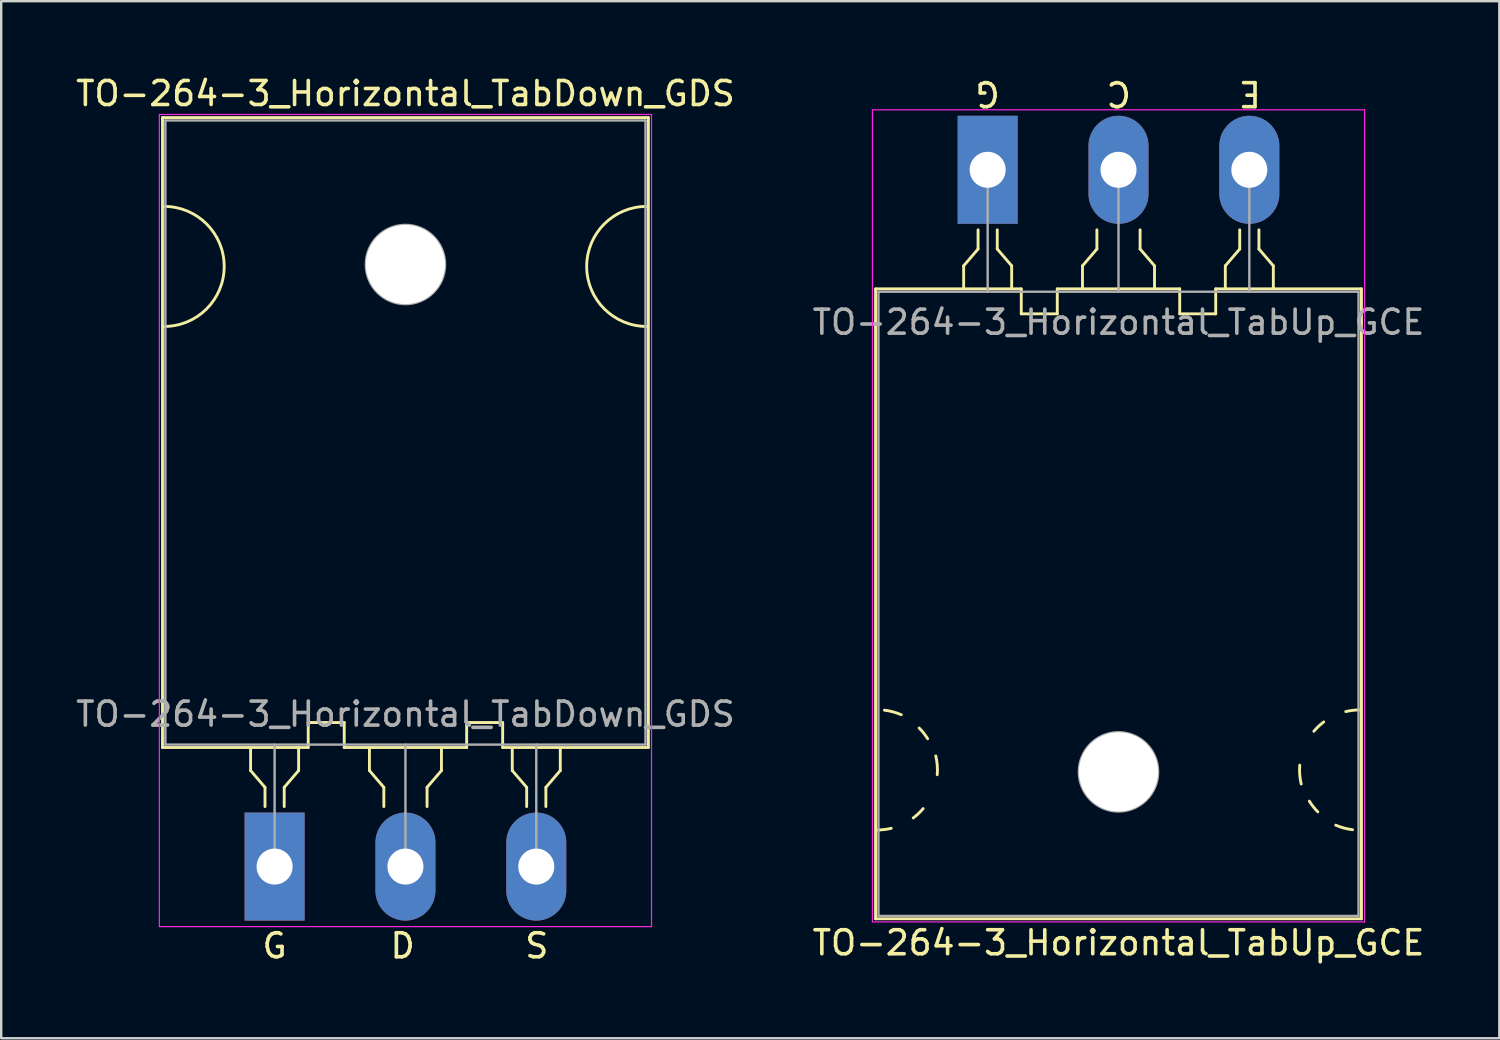
<source format=kicad_pcb>
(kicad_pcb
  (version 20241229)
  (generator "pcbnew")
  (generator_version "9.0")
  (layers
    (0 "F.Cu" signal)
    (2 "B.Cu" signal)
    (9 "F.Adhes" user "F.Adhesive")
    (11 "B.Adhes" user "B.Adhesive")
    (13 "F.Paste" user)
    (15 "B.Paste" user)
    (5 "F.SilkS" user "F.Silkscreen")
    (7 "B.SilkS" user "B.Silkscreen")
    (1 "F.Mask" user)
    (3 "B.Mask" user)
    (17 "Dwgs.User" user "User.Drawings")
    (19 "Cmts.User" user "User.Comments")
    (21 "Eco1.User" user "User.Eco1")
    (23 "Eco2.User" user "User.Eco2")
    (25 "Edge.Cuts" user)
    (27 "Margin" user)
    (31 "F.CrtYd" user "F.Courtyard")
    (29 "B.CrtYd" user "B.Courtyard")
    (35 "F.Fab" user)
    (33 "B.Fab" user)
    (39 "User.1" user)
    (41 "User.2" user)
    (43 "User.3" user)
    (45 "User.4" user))
  (footprint "TO-264-3_Horizontal_TabUp_GCE"
    (layer "F.Cu")
    (at 38.092 4.023)
    (property "Reference" "TO-264-3_Horizontal_TabUp_GCE" (at 5.45 32.2 0) (layer "F.SilkS") (effects (font (size 1 1) (thickness 0.15))))
    (fp_line (start -4.67 31.2) (end -4.67 4.96) (stroke (width 0.12) (type solid)) (layer "F.SilkS"))
    (fp_line (start -1 4) (end -1 4.9) (stroke (width 0.12) (type solid)) (layer "F.SilkS"))
    (fp_line (start -0.4 2.5) (end -0.4 3.3) (stroke (width 0.12) (type solid)) (layer "F.SilkS"))
    (fp_line (start -0.4 3.3) (end -1 4) (stroke (width 0.12) (type solid)) (layer "F.SilkS"))
    (fp_line (start 0.4 3.3) (end 0.4 2.5) (stroke (width 0.12) (type solid)) (layer "F.SilkS"))
    (fp_line (start 1 4) (end 0.4 3.3) (stroke (width 0.12) (type solid)) (layer "F.SilkS"))
    (fp_line (start 1 4.9) (end 1 4) (stroke (width 0.12) (type solid)) (layer "F.SilkS"))
    (fp_line (start 1.4 4.96) (end -4.67 4.96) (stroke (width 0.12) (type solid)) (layer "F.SilkS"))
    (fp_line (start 1.4 4.96) (end 1.4 6) (stroke (width 0.12) (type solid)) (layer "F.SilkS"))
    (fp_line (start 1.4 6) (end 2.9 6) (stroke (width 0.12) (type solid)) (layer "F.SilkS"))
    (fp_line (start 2.9 6) (end 2.9 4.96) (stroke (width 0.12) (type solid)) (layer "F.SilkS"))
    (fp_line (start 3.95 4) (end 3.95 4.9) (stroke (width 0.12) (type solid)) (layer "F.SilkS"))
    (fp_line (start 4.55 2.5) (end 4.55 3.3) (stroke (width 0.12) (type solid)) (layer "F.SilkS"))
    (fp_line (start 4.55 3.3) (end 3.95 4) (stroke (width 0.12) (type solid)) (layer "F.SilkS"))
    (fp_line (start 6.35 3.3) (end 6.35 2.5) (stroke (width 0.12) (type solid)) (layer "F.SilkS"))
    (fp_line (start 6.95 4) (end 6.35 3.3) (stroke (width 0.12) (type solid)) (layer "F.SilkS"))
    (fp_line (start 6.95 4.9) (end 6.95 4) (stroke (width 0.12) (type solid)) (layer "F.SilkS"))
    (fp_line (start 8 4.96) (end 2.9 4.96) (stroke (width 0.12) (type solid)) (layer "F.SilkS"))
    (fp_line (start 8 6) (end 8 4.96) (stroke (width 0.12) (type solid)) (layer "F.SilkS"))
    (fp_line (start 9.5 4.96) (end 9.5 6) (stroke (width 0.12) (type solid)) (layer "F.SilkS"))
    (fp_line (start 9.5 6) (end 8 6) (stroke (width 0.12) (type solid)) (layer "F.SilkS"))
    (fp_line (start 9.9 4) (end 9.9 4.9) (stroke (width 0.12) (type solid)) (layer "F.SilkS"))
    (fp_line (start 10.5 2.5) (end 10.5 3.3) (stroke (width 0.12) (type solid)) (layer "F.SilkS"))
    (fp_line (start 10.5 3.3) (end 9.9 4) (stroke (width 0.12) (type solid)) (layer "F.SilkS"))
    (fp_line (start 11.3 3.3) (end 11.3 2.5) (stroke (width 0.12) (type solid)) (layer "F.SilkS"))
    (fp_line (start 11.9 4) (end 11.3 3.3) (stroke (width 0.12) (type solid)) (layer "F.SilkS"))
    (fp_line (start 11.9 4.9) (end 11.9 4) (stroke (width 0.12) (type solid)) (layer "F.SilkS"))
    (fp_line (start 15.57 4.96) (end 9.5 4.96) (stroke (width 0.12) (type solid)) (layer "F.SilkS"))
    (fp_line (start 15.57 31.2) (end -4.67 31.2) (stroke (width 0.12) (type solid)) (layer "F.SilkS"))
    (fp_line (start 15.57 31.2) (end 15.57 4.96) (stroke (width 0.12) (type solid)) (layer "F.SilkS"))
    (fp_arc (start -4.301186 22.509879) (mid -3.943673 22.579416) (end -3.600001 22.700001) (stroke (width 0.12) (type solid)) (layer "F.SilkS"))
    (fp_arc (start -4.016568 27.430968) (mid -4.306249 27.482682) (end -4.6 27.5) (stroke (width 0.12) (type solid)) (layer "F.SilkS"))
    (fp_arc (start -2.853576 23.253576) (mid -2.663879 23.466564) (end -2.500001 23.700001) (stroke (width 0.12) (type solid)) (layer "F.SilkS"))
    (fp_arc (start -2.687722 26.610338) (mid -2.882773 26.8169) (end -3.1 26.999999) (stroke (width 0.12) (type solid)) (layer "F.SilkS"))
    (fp_arc (start -2.161266 24.414703) (mid -2.099611 24.804931) (end -2.100001 25.199999) (stroke (width 0.12) (type solid)) (layer "F.SilkS"))
    (fp_arc (start 13.061266 25.585297) (mid 12.999611 25.195069) (end 13.000001 24.800001) (stroke (width 0.12) (type solid)) (layer "F.SilkS"))
    (fp_arc (start 13.587722 23.389662) (mid 13.782773 23.1831) (end 14 23.000001) (stroke (width 0.12) (type solid)) (layer "F.SilkS"))
    (fp_arc (start 13.753576 26.746424) (mid 13.563879 26.533436) (end 13.400001 26.299999) (stroke (width 0.12) (type solid)) (layer "F.SilkS"))
    (fp_arc (start 14.916568 22.569032) (mid 15.206249 22.517318) (end 15.5 22.5) (stroke (width 0.12) (type solid)) (layer "F.SilkS"))
    (fp_arc (start 15.201186 27.490121) (mid 14.843673 27.420584) (end 14.500001 27.299999) (stroke (width 0.12) (type solid)) (layer "F.SilkS"))
    (fp_line (start -4.8 -2.5) (end -4.8 31.33) (stroke (width 0.05) (type solid)) (layer "F.CrtYd"))
    (fp_line (start -4.8 31.33) (end 15.7 31.33) (stroke (width 0.05) (type solid)) (layer "F.CrtYd"))
    (fp_line (start 15.7 -2.5) (end -4.8 -2.5) (stroke (width 0.05) (type solid)) (layer "F.CrtYd"))
    (fp_line (start 15.7 31.33) (end 15.7 -2.5) (stroke (width 0.05) (type solid)) (layer "F.CrtYd"))
    (fp_line (start -4.55 5.08) (end -4.55 31.08) (stroke (width 0.1) (type solid)) (layer "F.Fab"))
    (fp_line (start -4.55 31.08) (end 15.45 31.08) (stroke (width 0.1) (type solid)) (layer "F.Fab"))
    (fp_line (start 0 5.08) (end 0 0) (stroke (width 0.1) (type solid)) (layer "F.Fab"))
    (fp_line (start 5.45 5.08) (end 5.45 0) (stroke (width 0.1) (type solid)) (layer "F.Fab"))
    (fp_line (start 10.9 5.08) (end 10.9 0) (stroke (width 0.1) (type solid)) (layer "F.Fab"))
    (fp_line (start 15.45 5.08) (end -4.55 5.08) (stroke (width 0.1) (type solid)) (layer "F.Fab"))
    (fp_line (start 15.45 31.08) (end 15.45 5.08) (stroke (width 0.1) (type solid)) (layer "F.Fab"))
    (fp_circle (center 5.45 25.08) (end 7.1 25.08) (stroke (width 0.1) (type solid)) (fill no) (layer "F.Fab"))
    (fp_text user "G" (at 0 -3.175 180) (unlocked yes) (layer "F.SilkS") (effects (font (size 1 1) (thickness 0.15))))
    (fp_text user "C" (at 5.461 -3.175 180) (unlocked yes) (layer "F.SilkS") (effects (font (size 1 1) (thickness 0.15))))
    (fp_text user "E" (at 10.922 -3.175 180) (unlocked yes) (layer "F.SilkS") (effects (font (size 1 1) (thickness 0.15))))
    (fp_text user "${REFERENCE}" (at 5.45 6.35 0) (layer "F.Fab") (effects (font (size 1 1) (thickness 0.15))))
    (pad "" np_thru_hole oval (at 5.45 25.08) (size 3.3 3.3) (drill 3.3) (layers "*.Cu" "*.Mask"))
    (pad "1" thru_hole rect (at 0 0) (size 2.5 4.5) (drill 1.5) (layers "*.Cu" "*.Mask"))
    (pad "2" thru_hole oval (at 5.45 0) (size 2.5 4.5) (drill 1.5) (layers "*.Cu" "*.Mask"))
    (pad "3" thru_hole oval (at 10.9 0) (size 2.5 4.5) (drill 1.5) (layers "*.Cu" "*.Mask")))
  (footprint "TO-264-3_Horizontal_TabDown_GDS"
    (layer "F.Cu")
    (at 8.389 33.048)
    (property "Reference" "TO-264-3_Horizontal_TabDown_GDS" (at 5.45 -32.2 0) (layer "F.SilkS") (effects (font (size 1 1) (thickness 0.15))))
    (fp_line (start -4.67 -31.2) (end -4.67 -4.96) (stroke (width 0.12) (type solid)) (layer "F.SilkS"))
    (fp_line (start -4.67 -31.2) (end 15.57 -31.2) (stroke (width 0.12) (type solid)) (layer "F.SilkS"))
    (fp_line (start -4.67 -4.96) (end 1.4 -4.96) (stroke (width 0.12) (type solid)) (layer "F.SilkS"))
    (fp_line (start -1 -4.9) (end -1 -4) (stroke (width 0.12) (type solid)) (layer "F.SilkS"))
    (fp_line (start -1 -4) (end -0.4 -3.3) (stroke (width 0.12) (type solid)) (layer "F.SilkS"))
    (fp_line (start -0.4 -3.3) (end -0.4 -2.5) (stroke (width 0.12) (type solid)) (layer "F.SilkS"))
    (fp_line (start 0.4 -3.3) (end 1 -4) (stroke (width 0.12) (type solid)) (layer "F.SilkS"))
    (fp_line (start 0.4 -2.5) (end 0.4 -3.3) (stroke (width 0.12) (type solid)) (layer "F.SilkS"))
    (fp_line (start 1 -4) (end 1 -4.9) (stroke (width 0.12) (type solid)) (layer "F.SilkS"))
    (fp_line (start 1.4 -6) (end 2.9 -6) (stroke (width 0.12) (type solid)) (layer "F.SilkS"))
    (fp_line (start 1.4 -4.96) (end 1.4 -6) (stroke (width 0.12) (type solid)) (layer "F.SilkS"))
    (fp_line (start 2.9 -6) (end 2.9 -4.96) (stroke (width 0.12) (type solid)) (layer "F.SilkS"))
    (fp_line (start 2.9 -4.96) (end 8 -4.96) (stroke (width 0.12) (type solid)) (layer "F.SilkS"))
    (fp_line (start 3.95 -4.9) (end 3.95 -4) (stroke (width 0.12) (type solid)) (layer "F.SilkS"))
    (fp_line (start 3.95 -4) (end 4.55 -3.3) (stroke (width 0.12) (type solid)) (layer "F.SilkS"))
    (fp_line (start 4.55 -3.3) (end 4.55 -2.5) (stroke (width 0.12) (type solid)) (layer "F.SilkS"))
    (fp_line (start 6.35 -3.3) (end 6.95 -4) (stroke (width 0.12) (type solid)) (layer "F.SilkS"))
    (fp_line (start 6.35 -2.5) (end 6.35 -3.3) (stroke (width 0.12) (type solid)) (layer "F.SilkS"))
    (fp_line (start 6.95 -4) (end 6.95 -4.9) (stroke (width 0.12) (type solid)) (layer "F.SilkS"))
    (fp_line (start 8 -6) (end 8 -4.96) (stroke (width 0.12) (type solid)) (layer "F.SilkS"))
    (fp_line (start 9.5 -6) (end 8 -6) (stroke (width 0.12) (type solid)) (layer "F.SilkS"))
    (fp_line (start 9.5 -4.96) (end 9.5 -6) (stroke (width 0.12) (type solid)) (layer "F.SilkS"))
    (fp_line (start 9.5 -4.96) (end 15.57 -4.96) (stroke (width 0.12) (type solid)) (layer "F.SilkS"))
    (fp_line (start 9.9 -4.9) (end 9.9 -4) (stroke (width 0.12) (type solid)) (layer "F.SilkS"))
    (fp_line (start 9.9 -4) (end 10.5 -3.3) (stroke (width 0.12) (type solid)) (layer "F.SilkS"))
    (fp_line (start 10.5 -3.3) (end 10.5 -2.5) (stroke (width 0.12) (type solid)) (layer "F.SilkS"))
    (fp_line (start 11.3 -3.3) (end 11.9 -4) (stroke (width 0.12) (type solid)) (layer "F.SilkS"))
    (fp_line (start 11.3 -2.5) (end 11.3 -3.3) (stroke (width 0.12) (type solid)) (layer "F.SilkS"))
    (fp_line (start 11.9 -4) (end 11.9 -4.9) (stroke (width 0.12) (type solid)) (layer "F.SilkS"))
    (fp_line (start 15.57 -31.2) (end 15.57 -4.96) (stroke (width 0.12) (type solid)) (layer "F.SilkS"))
    (fp_arc (start -4.6 -27.5) (mid -2.1 -25) (end -4.6 -22.5) (stroke (width 0.12) (type solid)) (layer "F.SilkS"))
    (fp_arc (start 15.5 -22.5) (mid 13 -25) (end 15.5 -27.5) (stroke (width 0.12) (type solid)) (layer "F.SilkS"))
    (fp_line (start -4.8 -31.33) (end -4.8 2.5) (stroke (width 0.05) (type solid)) (layer "F.CrtYd"))
    (fp_line (start -4.8 2.5) (end 15.7 2.5) (stroke (width 0.05) (type solid)) (layer "F.CrtYd"))
    (fp_line (start 15.7 -31.33) (end -4.8 -31.33) (stroke (width 0.05) (type solid)) (layer "F.CrtYd"))
    (fp_line (start 15.7 2.5) (end 15.7 -31.33) (stroke (width 0.05) (type solid)) (layer "F.CrtYd"))
    (fp_line (start -4.55 -31.08) (end 15.45 -31.08) (stroke (width 0.1) (type solid)) (layer "F.Fab"))
    (fp_line (start -4.55 -5.08) (end -4.55 -31.08) (stroke (width 0.1) (type solid)) (layer "F.Fab"))
    (fp_line (start 0 -5.08) (end 0 0) (stroke (width 0.1) (type solid)) (layer "F.Fab"))
    (fp_line (start 5.45 -5.08) (end 5.45 0) (stroke (width 0.1) (type solid)) (layer "F.Fab"))
    (fp_line (start 10.9 -5.08) (end 10.9 0) (stroke (width 0.1) (type solid)) (layer "F.Fab"))
    (fp_line (start 15.45 -31.08) (end 15.45 -5.08) (stroke (width 0.1) (type solid)) (layer "F.Fab"))
    (fp_line (start 15.45 -5.08) (end -4.55 -5.08) (stroke (width 0.1) (type solid)) (layer "F.Fab"))
    (fp_circle (center 5.45 -25.08) (end 7.1 -25.08) (stroke (width 0.1) (type solid)) (fill no) (layer "F.Fab"))
    (fp_text user "G" (at 0 3.302 0) (unlocked yes) (layer "F.SilkS") (effects (font (size 1 1) (thickness 0.15))))
    (fp_text user "S" (at 10.922 3.302 0) (unlocked yes) (layer "F.SilkS") (effects (font (size 1 1) (thickness 0.15))))
    (fp_text user "D" (at 5.334 3.302 0) (unlocked yes) (layer "F.SilkS") (effects (font (size 1 1) (thickness 0.15))))
    (fp_text user "${REFERENCE}" (at 5.45 -6.35 0) (layer "F.Fab") (effects (font (size 1 1) (thickness 0.15))))
    (pad "" np_thru_hole oval (at 5.45 -25.08) (size 3.3 3.3) (drill 3.3) (layers "*.Cu" "*.Mask"))
    (pad "1" thru_hole rect (at 0 0) (size 2.5 4.5) (drill 1.5) (layers "*.Cu" "*.Mask"))
    (pad "2" thru_hole oval (at 5.45 0) (size 2.5 4.5) (drill 1.5) (layers "*.Cu" "*.Mask"))
    (pad "3" thru_hole oval (at 10.9 0) (size 2.5 4.5) (drill 1.5) (layers "*.Cu" "*.Mask")))
  (gr_rect
    (start -3 -3)
    (end 59.405 40.199)
    (stroke (width 0.1) (type default))
    (fill no)
    (layer "Edge.Cuts")))
</source>
